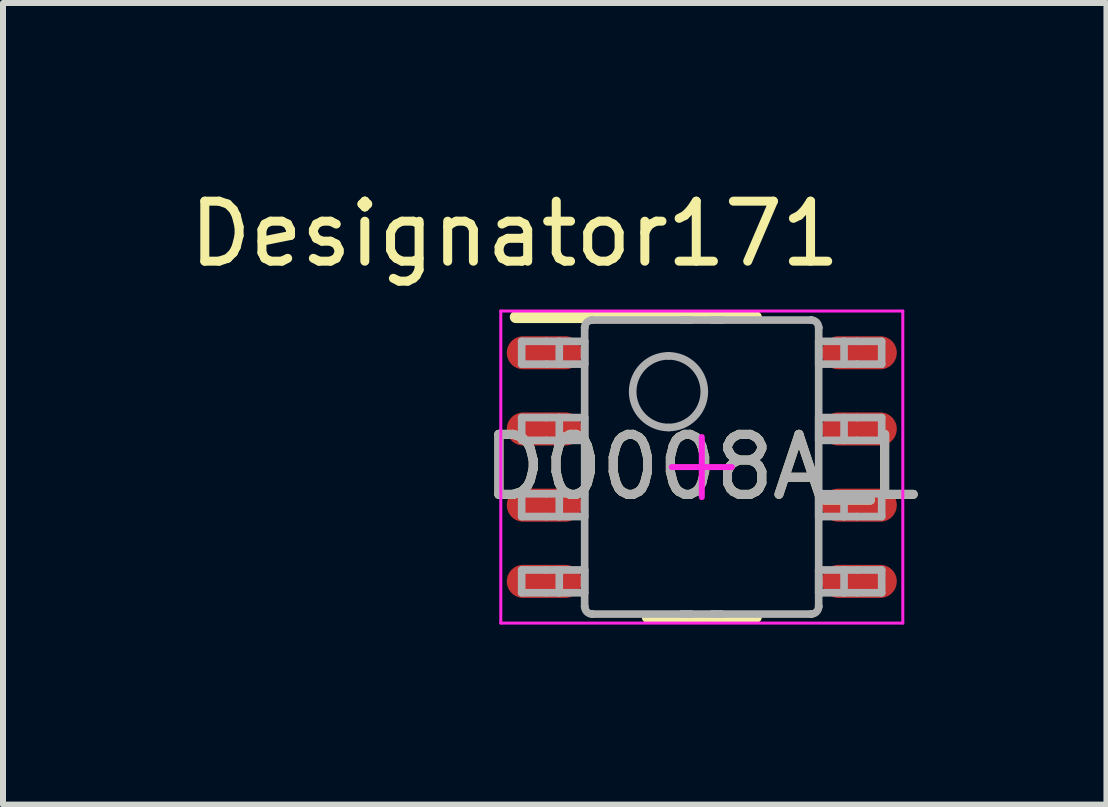
<source format=kicad_pcb>
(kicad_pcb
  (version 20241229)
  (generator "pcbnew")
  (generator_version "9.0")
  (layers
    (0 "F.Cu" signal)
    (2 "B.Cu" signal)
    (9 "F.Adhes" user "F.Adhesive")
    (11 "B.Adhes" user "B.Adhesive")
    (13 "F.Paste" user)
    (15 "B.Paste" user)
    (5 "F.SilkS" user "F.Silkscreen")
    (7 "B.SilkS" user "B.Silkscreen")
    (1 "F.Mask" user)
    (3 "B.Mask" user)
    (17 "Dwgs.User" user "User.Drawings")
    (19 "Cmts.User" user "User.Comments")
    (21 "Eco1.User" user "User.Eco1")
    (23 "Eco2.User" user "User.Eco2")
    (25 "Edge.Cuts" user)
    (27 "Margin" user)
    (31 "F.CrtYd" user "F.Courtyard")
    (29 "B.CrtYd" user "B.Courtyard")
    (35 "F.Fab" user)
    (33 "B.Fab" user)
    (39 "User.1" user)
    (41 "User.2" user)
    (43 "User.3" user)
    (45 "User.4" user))
  (footprint "D0008A_L"
    (layer "F.Cu")
    (at 8.646 4.734)
    (property "Reference" "D0008A_L" (at 0 0 0) (unlocked yes) (layer "F.SilkS") (effects (font (size 1 1) (thickness 0.15))))
    (attr smd)
    (fp_line (start -3.1 -2.5) (end 0.9 -2.5) (stroke (width 0.2) (type solid)) (layer "F.SilkS"))
    (fp_line (start -0.9 2.5) (end 0.9 2.5) (stroke (width 0.2) (type solid)) (layer "F.SilkS"))
    (fp_line (start -3.35 -2.6) (end 3.35 -2.6) (stroke (width 0.05) (type solid)) (layer "F.CrtYd"))
    (fp_line (start -3.35 2.6) (end -3.35 -2.6) (stroke (width 0.05) (type solid)) (layer "F.CrtYd"))
    (fp_line (start -3.35 2.6) (end 3.35 2.6) (stroke (width 0.05) (type solid)) (layer "F.CrtYd"))
    (fp_line (start -0.5 0) (end 0.5 0) (stroke (width 0.1) (type solid)) (layer "F.CrtYd"))
    (fp_line (start 0 0.5) (end 0 -0.5) (stroke (width 0.1) (type solid)) (layer "F.CrtYd"))
    (fp_line (start 3.35 2.6) (end 3.35 -2.6) (stroke (width 0.05) (type solid)) (layer "F.CrtYd"))
    (fp_line (start -3.002 -2.095) (end -2.589 -2.095) (stroke (width 0.127) (type solid)) (layer "F.Fab"))
    (fp_line (start -3.002 -1.715) (end -3.002 -2.095) (stroke (width 0.127) (type solid)) (layer "F.Fab"))
    (fp_line (start -3.002 -1.715) (end -2.589 -1.715) (stroke (width 0.127) (type solid)) (layer "F.Fab"))
    (fp_line (start -3.002 -0.825) (end -2.589 -0.825) (stroke (width 0.127) (type solid)) (layer "F.Fab"))
    (fp_line (start -3.002 -0.445) (end -3.002 -0.825) (stroke (width 0.127) (type solid)) (layer "F.Fab"))
    (fp_line (start -3.002 -0.445) (end -2.589 -0.445) (stroke (width 0.127) (type solid)) (layer "F.Fab"))
    (fp_line (start -3.002 0.445) (end -2.589 0.445) (stroke (width 0.127) (type solid)) (layer "F.Fab"))
    (fp_line (start -3.002 0.825) (end -3.002 0.445) (stroke (width 0.127) (type solid)) (layer "F.Fab"))
    (fp_line (start -3.002 0.825) (end -2.589 0.825) (stroke (width 0.127) (type solid)) (layer "F.Fab"))
    (fp_line (start -3.002 1.715) (end -2.589 1.715) (stroke (width 0.127) (type solid)) (layer "F.Fab"))
    (fp_line (start -3.002 2.095) (end -3.002 1.715) (stroke (width 0.127) (type solid)) (layer "F.Fab"))
    (fp_line (start -3.002 2.095) (end -2.589 2.095) (stroke (width 0.127) (type solid)) (layer "F.Fab"))
    (fp_line (start -2.589 -2.095) (end -2.375 -2.095) (stroke (width 0.127) (type solid)) (layer "F.Fab"))
    (fp_line (start -2.589 -1.715) (end -2.375 -1.715) (stroke (width 0.127) (type solid)) (layer "F.Fab"))
    (fp_line (start -2.589 -0.825) (end -2.375 -0.825) (stroke (width 0.127) (type solid)) (layer "F.Fab"))
    (fp_line (start -2.589 -0.445) (end -2.375 -0.445) (stroke (width 0.127) (type solid)) (layer "F.Fab"))
    (fp_line (start -2.589 0.445) (end -2.375 0.445) (stroke (width 0.127) (type solid)) (layer "F.Fab"))
    (fp_line (start -2.589 0.825) (end -2.375 0.825) (stroke (width 0.127) (type solid)) (layer "F.Fab"))
    (fp_line (start -2.589 1.715) (end -2.375 1.715) (stroke (width 0.127) (type solid)) (layer "F.Fab"))
    (fp_line (start -2.589 2.095) (end -2.375 2.095) (stroke (width 0.127) (type solid)) (layer "F.Fab"))
    (fp_line (start -2.375 -2.095) (end -1.995 -2.095) (stroke (width 0.127) (type solid)) (layer "F.Fab"))
    (fp_line (start -2.375 -1.715) (end -2.375 -2.095) (stroke (width 0.127) (type solid)) (layer "F.Fab"))
    (fp_line (start -2.375 -1.715) (end -1.995 -1.715) (stroke (width 0.127) (type solid)) (layer "F.Fab"))
    (fp_line (start -2.375 -0.825) (end -1.995 -0.825) (stroke (width 0.127) (type solid)) (layer "F.Fab"))
    (fp_line (start -2.375 -0.445) (end -2.375 -0.825) (stroke (width 0.127) (type solid)) (layer "F.Fab"))
    (fp_line (start -2.375 -0.445) (end -1.995 -0.445) (stroke (width 0.127) (type solid)) (layer "F.Fab"))
    (fp_line (start -2.375 0.445) (end -1.995 0.445) (stroke (width 0.127) (type solid)) (layer "F.Fab"))
    (fp_line (start -2.375 0.825) (end -2.375 0.445) (stroke (width 0.127) (type solid)) (layer "F.Fab"))
    (fp_line (start -2.375 0.825) (end -1.995 0.825) (stroke (width 0.127) (type solid)) (layer "F.Fab"))
    (fp_line (start -2.375 1.715) (end -1.995 1.715) (stroke (width 0.127) (type solid)) (layer "F.Fab"))
    (fp_line (start -2.375 2.095) (end -2.375 1.715) (stroke (width 0.127) (type solid)) (layer "F.Fab"))
    (fp_line (start -2.375 2.095) (end -1.995 2.095) (stroke (width 0.127) (type solid)) (layer "F.Fab"))
    (fp_line (start -1.995 -2.095) (end -1.952 -2.095) (stroke (width 0.127) (type solid)) (layer "F.Fab"))
    (fp_line (start -1.995 -1.715) (end -1.952 -1.715) (stroke (width 0.127) (type solid)) (layer "F.Fab"))
    (fp_line (start -1.995 -0.825) (end -1.952 -0.825) (stroke (width 0.127) (type solid)) (layer "F.Fab"))
    (fp_line (start -1.995 -0.445) (end -1.952 -0.445) (stroke (width 0.127) (type solid)) (layer "F.Fab"))
    (fp_line (start -1.995 0.445) (end -1.952 0.445) (stroke (width 0.127) (type solid)) (layer "F.Fab"))
    (fp_line (start -1.995 0.825) (end -1.952 0.825) (stroke (width 0.127) (type solid)) (layer "F.Fab"))
    (fp_line (start -1.995 1.715) (end -1.952 1.715) (stroke (width 0.127) (type solid)) (layer "F.Fab"))
    (fp_line (start -1.995 2.095) (end -1.952 2.095) (stroke (width 0.127) (type solid)) (layer "F.Fab"))
    (fp_line (start -1.952 -2.323) (end -1.952 -2.324) (stroke (width 0.127) (type solid)) (layer "F.Fab"))
    (fp_line (start -1.952 -1.715) (end -1.952 -2.095) (stroke (width 0.127) (type solid)) (layer "F.Fab"))
    (fp_line (start -1.952 -0.445) (end -1.952 -0.825) (stroke (width 0.127) (type solid)) (layer "F.Fab"))
    (fp_line (start -1.952 0.825) (end -1.952 0.445) (stroke (width 0.127) (type solid)) (layer "F.Fab"))
    (fp_line (start -1.952 2.095) (end -1.952 1.715) (stroke (width 0.127) (type solid)) (layer "F.Fab"))
    (fp_line (start -1.952 2.323) (end -1.952 -2.323) (stroke (width 0.127) (type solid)) (layer "F.Fab"))
    (fp_line (start -1.952 2.324) (end -1.952 2.323) (stroke (width 0.127) (type solid)) (layer "F.Fab"))
    (fp_line (start -1.826 -2.45) (end -1.825 -2.45) (stroke (width 0.127) (type solid)) (layer "F.Fab"))
    (fp_line (start -1.826 2.45) (end -1.825 2.45) (stroke (width 0.127) (type solid)) (layer "F.Fab"))
    (fp_line (start -1.825 -2.45) (end -0.332 -2.45) (stroke (width 0.127) (type solid)) (layer "F.Fab"))
    (fp_line (start -1.825 2.45) (end -0.332 2.45) (stroke (width 0.127) (type solid)) (layer "F.Fab"))
    (fp_line (start -0.332 -2.45) (end -0.182 -2.45) (stroke (width 0.127) (type solid)) (layer "F.Fab"))
    (fp_line (start -0.332 -2.45) (end -0.182 -2.45) (stroke (width 0.127) (type solid)) (layer "F.Fab"))
    (fp_line (start -0.332 2.45) (end -0.182 2.45) (stroke (width 0.127) (type solid)) (layer "F.Fab"))
    (fp_line (start -0.332 2.45) (end -0.182 2.45) (stroke (width 0.127) (type solid)) (layer "F.Fab"))
    (fp_line (start -0.182 -2.45) (end 0.178 -2.45) (stroke (width 0.127) (type solid)) (layer "F.Fab"))
    (fp_line (start -0.182 2.45) (end 0.178 2.45) (stroke (width 0.127) (type solid)) (layer "F.Fab"))
    (fp_line (start 0.178 -2.45) (end 0.328 -2.45) (stroke (width 0.127) (type solid)) (layer "F.Fab"))
    (fp_line (start 0.178 -2.45) (end 0.328 -2.45) (stroke (width 0.127) (type solid)) (layer "F.Fab"))
    (fp_line (start 0.178 2.45) (end 0.328 2.45) (stroke (width 0.127) (type solid)) (layer "F.Fab"))
    (fp_line (start 0.178 2.45) (end 0.328 2.45) (stroke (width 0.127) (type solid)) (layer "F.Fab"))
    (fp_line (start 0.328 -2.45) (end 1.821 -2.45) (stroke (width 0.127) (type solid)) (layer "F.Fab"))
    (fp_line (start 0.328 2.45) (end 1.821 2.45) (stroke (width 0.127) (type solid)) (layer "F.Fab"))
    (fp_line (start 1.821 -2.45) (end 1.822 -2.45) (stroke (width 0.127) (type solid)) (layer "F.Fab"))
    (fp_line (start 1.821 2.45) (end 1.822 2.45) (stroke (width 0.127) (type solid)) (layer "F.Fab"))
    (fp_line (start 1.948 -2.323) (end 1.948 -2.324) (stroke (width 0.127) (type solid)) (layer "F.Fab"))
    (fp_line (start 1.948 -2.095) (end 1.991 -2.095) (stroke (width 0.127) (type solid)) (layer "F.Fab"))
    (fp_line (start 1.948 -1.715) (end 1.948 -2.095) (stroke (width 0.127) (type solid)) (layer "F.Fab"))
    (fp_line (start 1.948 -1.715) (end 1.991 -1.715) (stroke (width 0.127) (type solid)) (layer "F.Fab"))
    (fp_line (start 1.948 -0.825) (end 1.991 -0.825) (stroke (width 0.127) (type solid)) (layer "F.Fab"))
    (fp_line (start 1.948 -0.445) (end 1.948 -0.825) (stroke (width 0.127) (type solid)) (layer "F.Fab"))
    (fp_line (start 1.948 -0.445) (end 1.991 -0.445) (stroke (width 0.127) (type solid)) (layer "F.Fab"))
    (fp_line (start 1.948 0.445) (end 1.991 0.445) (stroke (width 0.127) (type solid)) (layer "F.Fab"))
    (fp_line (start 1.948 0.825) (end 1.948 0.445) (stroke (width 0.127) (type solid)) (layer "F.Fab"))
    (fp_line (start 1.948 0.825) (end 1.991 0.825) (stroke (width 0.127) (type solid)) (layer "F.Fab"))
    (fp_line (start 1.948 1.715) (end 1.991 1.715) (stroke (width 0.127) (type solid)) (layer "F.Fab"))
    (fp_line (start 1.948 2.095) (end 1.948 1.715) (stroke (width 0.127) (type solid)) (layer "F.Fab"))
    (fp_line (start 1.948 2.095) (end 1.991 2.095) (stroke (width 0.127) (type solid)) (layer "F.Fab"))
    (fp_line (start 1.948 2.323) (end 1.948 -2.323) (stroke (width 0.127) (type solid)) (layer "F.Fab"))
    (fp_line (start 1.948 2.324) (end 1.948 2.323) (stroke (width 0.127) (type solid)) (layer "F.Fab"))
    (fp_line (start 1.991 -2.095) (end 2.371 -2.095) (stroke (width 0.127) (type solid)) (layer "F.Fab"))
    (fp_line (start 1.991 -1.715) (end 2.371 -1.715) (stroke (width 0.127) (type solid)) (layer "F.Fab"))
    (fp_line (start 1.991 -0.825) (end 2.371 -0.825) (stroke (width 0.127) (type solid)) (layer "F.Fab"))
    (fp_line (start 1.991 -0.445) (end 2.371 -0.445) (stroke (width 0.127) (type solid)) (layer "F.Fab"))
    (fp_line (start 1.991 0.445) (end 2.371 0.445) (stroke (width 0.127) (type solid)) (layer "F.Fab"))
    (fp_line (start 1.991 0.825) (end 2.371 0.825) (stroke (width 0.127) (type solid)) (layer "F.Fab"))
    (fp_line (start 1.991 1.715) (end 2.371 1.715) (stroke (width 0.127) (type solid)) (layer "F.Fab"))
    (fp_line (start 1.991 2.095) (end 2.371 2.095) (stroke (width 0.127) (type solid)) (layer "F.Fab"))
    (fp_line (start 2.371 -2.095) (end 2.585 -2.095) (stroke (width 0.127) (type solid)) (layer "F.Fab"))
    (fp_line (start 2.371 -1.715) (end 2.371 -2.095) (stroke (width 0.127) (type solid)) (layer "F.Fab"))
    (fp_line (start 2.371 -1.715) (end 2.585 -1.715) (stroke (width 0.127) (type solid)) (layer "F.Fab"))
    (fp_line (start 2.371 -0.825) (end 2.585 -0.825) (stroke (width 0.127) (type solid)) (layer "F.Fab"))
    (fp_line (start 2.371 -0.445) (end 2.371 -0.825) (stroke (width 0.127) (type solid)) (layer "F.Fab"))
    (fp_line (start 2.371 -0.445) (end 2.585 -0.445) (stroke (width 0.127) (type solid)) (layer "F.Fab"))
    (fp_line (start 2.371 0.445) (end 2.585 0.445) (stroke (width 0.127) (type solid)) (layer "F.Fab"))
    (fp_line (start 2.371 0.825) (end 2.371 0.445) (stroke (width 0.127) (type solid)) (layer "F.Fab"))
    (fp_line (start 2.371 0.825) (end 2.585 0.825) (stroke (width 0.127) (type solid)) (layer "F.Fab"))
    (fp_line (start 2.371 1.715) (end 2.585 1.715) (stroke (width 0.127) (type solid)) (layer "F.Fab"))
    (fp_line (start 2.371 2.095) (end 2.371 1.715) (stroke (width 0.127) (type solid)) (layer "F.Fab"))
    (fp_line (start 2.371 2.095) (end 2.585 2.095) (stroke (width 0.127) (type solid)) (layer "F.Fab"))
    (fp_line (start 2.585 -2.095) (end 2.998 -2.095) (stroke (width 0.127) (type solid)) (layer "F.Fab"))
    (fp_line (start 2.585 -1.715) (end 2.998 -1.715) (stroke (width 0.127) (type solid)) (layer "F.Fab"))
    (fp_line (start 2.585 -0.825) (end 2.998 -0.825) (stroke (width 0.127) (type solid)) (layer "F.Fab"))
    (fp_line (start 2.585 -0.445) (end 2.998 -0.445) (stroke (width 0.127) (type solid)) (layer "F.Fab"))
    (fp_line (start 2.585 0.445) (end 2.998 0.445) (stroke (width 0.127) (type solid)) (layer "F.Fab"))
    (fp_line (start 2.585 0.825) (end 2.998 0.825) (stroke (width 0.127) (type solid)) (layer "F.Fab"))
    (fp_line (start 2.585 1.715) (end 2.998 1.715) (stroke (width 0.127) (type solid)) (layer "F.Fab"))
    (fp_line (start 2.585 2.095) (end 2.998 2.095) (stroke (width 0.127) (type solid)) (layer "F.Fab"))
    (fp_line (start 2.998 -1.715) (end 2.998 -2.095) (stroke (width 0.127) (type solid)) (layer "F.Fab"))
    (fp_line (start 2.998 -0.445) (end 2.998 -0.825) (stroke (width 0.127) (type solid)) (layer "F.Fab"))
    (fp_line (start 2.998 0.825) (end 2.998 0.445) (stroke (width 0.127) (type solid)) (layer "F.Fab"))
    (fp_line (start 2.998 2.095) (end 2.998 1.715) (stroke (width 0.127) (type solid)) (layer "F.Fab"))
    (fp_arc (start -1.952002 -2.323941) (mid -1.914806 -2.412806) (end -1.825941 -2.450002) (stroke (width 0.127) (type solid)) (layer "F.Fab"))
    (fp_arc (start -1.825941 2.449992) (mid -1.914806 2.412795) (end -1.952002 2.323931) (stroke (width 0.127) (type solid)) (layer "F.Fab"))
    (fp_arc (start -0.555 -1.8531) (mid 0.0419 -1.2562) (end -0.555 -0.6593) (stroke (width 0.127) (type solid)) (layer "F.Fab"))
    (fp_arc (start -0.555 -0.6593) (mid -1.1519 -1.2562) (end -0.555 -1.8531) (stroke (width 0.127) (type solid)) (layer "F.Fab"))
    (fp_arc (start 1.821933 -2.450002) (mid 1.910797 -2.412806) (end 1.947994 -2.323941) (stroke (width 0.127) (type solid)) (layer "F.Fab"))
    (fp_arc (start 1.947994 2.323931) (mid 1.910797 2.412795) (end 1.821933 2.449992) (stroke (width 0.127) (type solid)) (layer "F.Fab"))
    (fp_text user "Designator171" (at -3.116 -3.886 0) (unlocked yes) (layer "F.SilkS") (effects (font (size 1 1) (thickness 0.15))))
    (fp_text user "${REFERENCE}" (at 0 0 0) (unlocked yes) (layer "F.Fab") (effects (font (size 1 1) (thickness 0.15))))
    (pad "1" smd oval (at -2.625 -1.905 90) (size 0.55 1.25) (layers "F.Cu" "F.Mask" "F.Paste"))
    (pad "2" smd oval (at -2.625 -0.635 90) (size 0.55 1.25) (layers "F.Cu" "F.Mask" "F.Paste"))
    (pad "3" smd oval (at -2.625 0.635 90) (size 0.55 1.25) (layers "F.Cu" "F.Mask" "F.Paste"))
    (pad "4" smd oval (at -2.625 1.905 90) (size 0.55 1.25) (layers "F.Cu" "F.Mask" "F.Paste"))
    (pad "5" smd oval (at 2.625 1.905 90) (size 0.55 1.25) (layers "F.Cu" "F.Mask" "F.Paste"))
    (pad "6" smd oval (at 2.625 0.635 90) (size 0.55 1.25) (layers "F.Cu" "F.Mask" "F.Paste"))
    (pad "7" smd oval (at 2.625 -0.635 90) (size 0.55 1.25) (layers "F.Cu" "F.Mask" "F.Paste"))
    (pad "8" smd oval (at 2.625 -1.905 90) (size 0.55 1.25) (layers "F.Cu" "F.Mask" "F.Paste")))
  (gr_rect
    (start -3 -3)
    (end 15.39 10.359)
    (stroke (width 0.1) (type default))
    (fill no)
    (layer "Edge.Cuts")))
</source>
